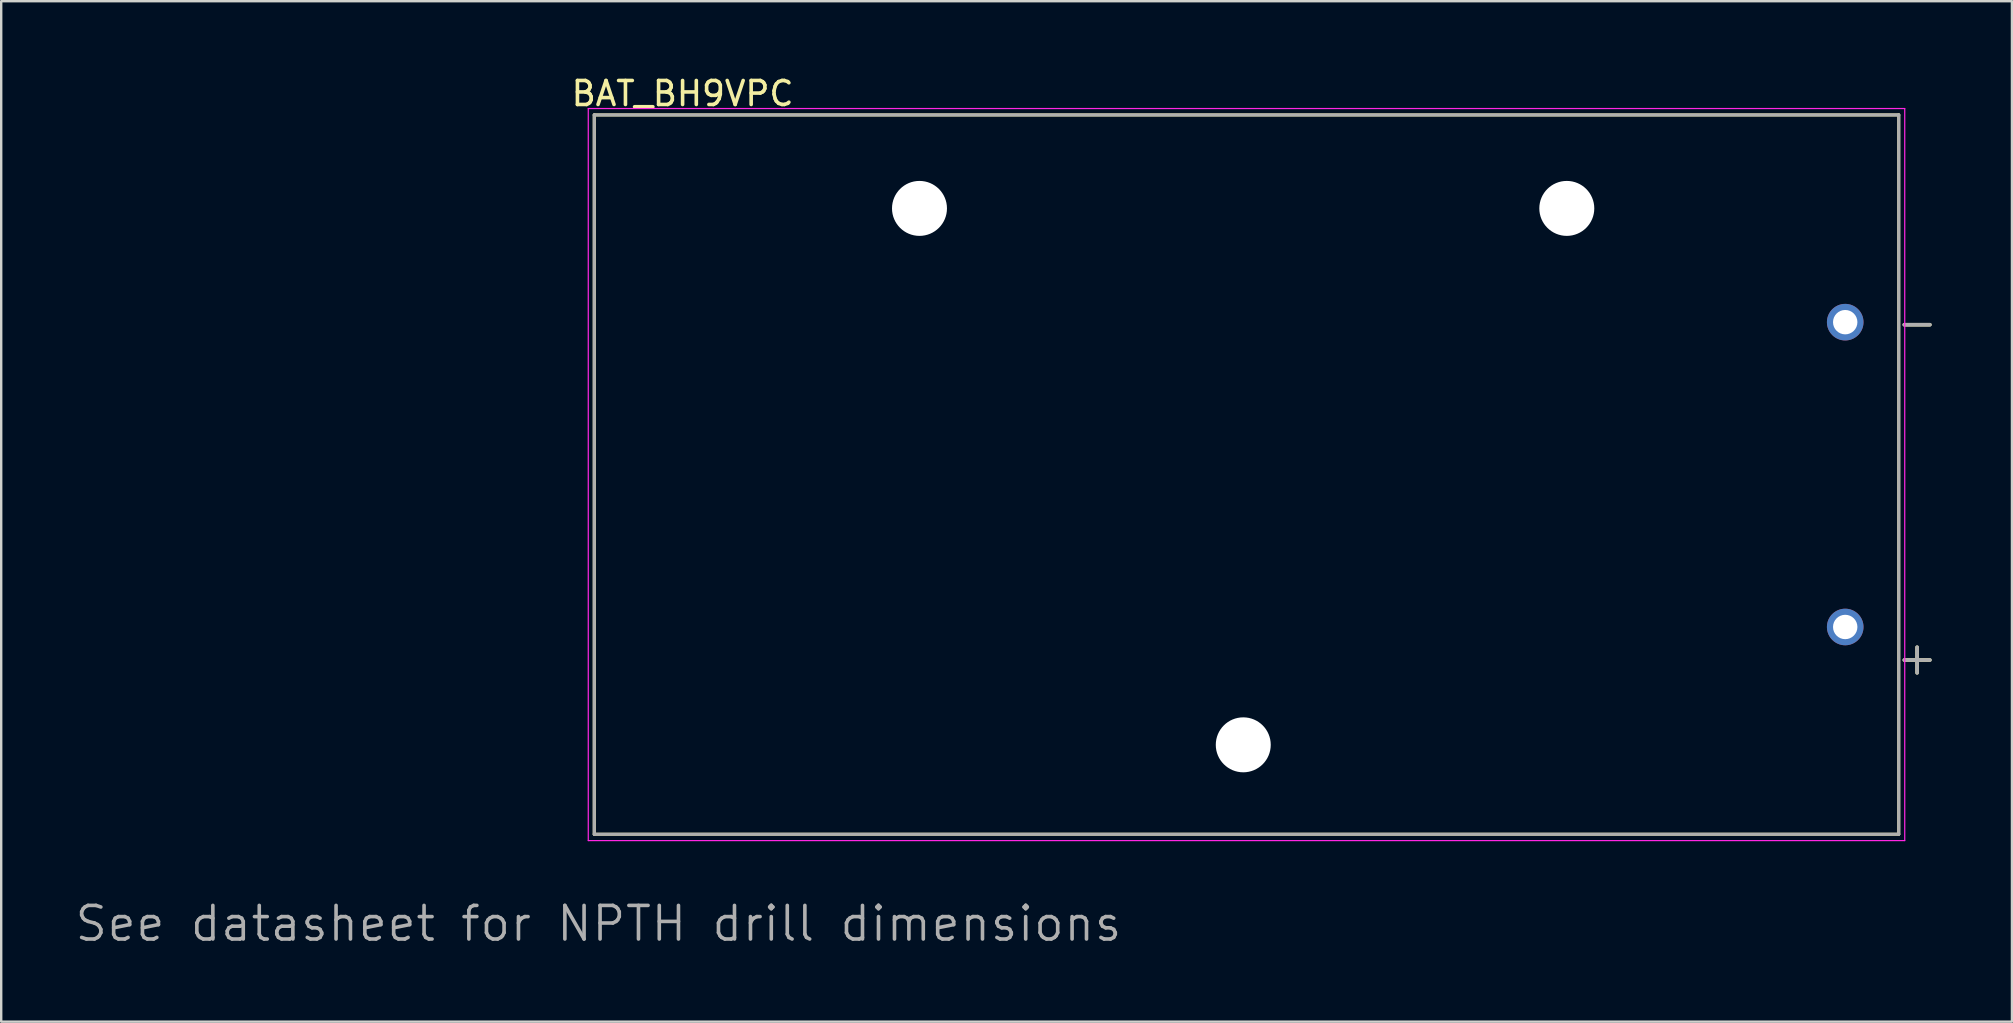
<source format=kicad_pcb>
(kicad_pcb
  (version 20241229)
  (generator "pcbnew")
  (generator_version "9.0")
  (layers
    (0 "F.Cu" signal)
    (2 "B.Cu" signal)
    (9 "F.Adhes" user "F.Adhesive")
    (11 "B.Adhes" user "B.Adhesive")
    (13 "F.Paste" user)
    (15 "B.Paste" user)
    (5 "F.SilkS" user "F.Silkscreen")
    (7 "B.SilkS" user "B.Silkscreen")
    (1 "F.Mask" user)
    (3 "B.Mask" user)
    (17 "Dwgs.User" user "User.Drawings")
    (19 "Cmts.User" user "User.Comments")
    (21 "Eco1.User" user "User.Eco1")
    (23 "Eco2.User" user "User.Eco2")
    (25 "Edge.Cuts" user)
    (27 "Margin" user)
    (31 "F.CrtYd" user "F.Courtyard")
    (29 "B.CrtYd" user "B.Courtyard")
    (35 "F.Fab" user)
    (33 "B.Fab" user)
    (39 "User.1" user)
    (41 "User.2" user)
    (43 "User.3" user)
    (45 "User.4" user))
  (footprint "BAT_BH9VPC"
    (layer "F.Cu")
    (at 48.885 16.723)
    (property "Reference" "BAT_BH9VPC" (at -23.495 -15.875 0) (layer "F.SilkS") (effects (font (size 1 1) (thickness 0.15))))
    (attr through_hole)
    (fp_line (start -27.175 -14.985) (end 27.175 -14.985) (stroke (width 0.127) (type solid)) (layer "F.SilkS"))
    (fp_line (start -27.175 14.985) (end -27.175 -14.985) (stroke (width 0.127) (type solid)) (layer "F.SilkS"))
    (fp_line (start 27.175 -14.985) (end 27.175 14.985) (stroke (width 0.127) (type solid)) (layer "F.SilkS"))
    (fp_line (start 27.175 14.985) (end -27.175 14.985) (stroke (width 0.127) (type solid)) (layer "F.SilkS"))
    (fp_line (start -27.425 -15.25) (end 27.425 -15.25) (stroke (width 0.05) (type solid)) (layer "F.CrtYd"))
    (fp_line (start -27.425 15.25) (end -27.425 -15.25) (stroke (width 0.05) (type solid)) (layer "F.CrtYd"))
    (fp_line (start 27.425 -15.25) (end 27.425 15.25) (stroke (width 0.05) (type solid)) (layer "F.CrtYd"))
    (fp_line (start 27.425 15.25) (end -27.425 15.25) (stroke (width 0.05) (type solid)) (layer "F.CrtYd"))
    (fp_line (start -27.175 -14.985) (end 27.175 -14.985) (stroke (width 0.127) (type solid)) (layer "F.Fab"))
    (fp_line (start -27.175 14.985) (end -27.175 -14.985) (stroke (width 0.127) (type solid)) (layer "F.Fab"))
    (fp_line (start 27.175 -14.985) (end 27.175 14.985) (stroke (width 0.127) (type solid)) (layer "F.Fab"))
    (fp_line (start 27.175 14.985) (end -27.175 14.985) (stroke (width 0.127) (type solid)) (layer "F.Fab"))
    (fp_text user "-" (at 27.94 -6.35 0) (layer "F.SilkS") (effects (font (size 1.4 1.4) (thickness 0.15))))
    (fp_text user "+" (at 27.94 7.62 0) (layer "F.SilkS") (effects (font (size 1.4 1.4) (thickness 0.15))))
    (fp_text user "-" (at 27.94 -6.35 0) (layer "F.Fab") (effects (font (size 1.4 1.4) (thickness 0.15))))
    (fp_text user "See datasheet for NPTH drill dimensions" (at -27 18.71 0) (layer "F.Fab") (effects (font (size 1.4 1.4) (thickness 0.15))))
    (fp_text user "+" (at 27.94 7.62 0) (layer "F.Fab") (effects (font (size 1.4 1.4) (thickness 0.15))))
    (pad "" np_thru_hole circle (at -13.625 -11.09) (size 2.29 2.29) (drill 2.29) (layers "*.Cu" "*.Mask"))
    (pad "" np_thru_hole circle (at -0.135 11.26) (size 2.29 2.29) (drill 2.29) (layers "*.Cu" "*.Mask"))
    (pad "" np_thru_hole circle (at 13.345 -11.09) (size 2.29 2.29) (drill 2.29) (layers "*.Cu" "*.Mask"))
    (pad "+" thru_hole circle (at 24.945 6.35) (size 1.524 1.524) (drill 1.016) (layers "*.Cu" "*.Mask"))
    (pad "-" thru_hole circle (at 24.945 -6.35) (size 1.524 1.524) (drill 1.016) (layers "*.Cu" "*.Mask")))
  (gr_rect
    (start -3 -3)
    (end 80.777 39.516)
    (stroke (width 0.1) (type default))
    (fill no)
    (layer "Edge.Cuts")))
</source>
